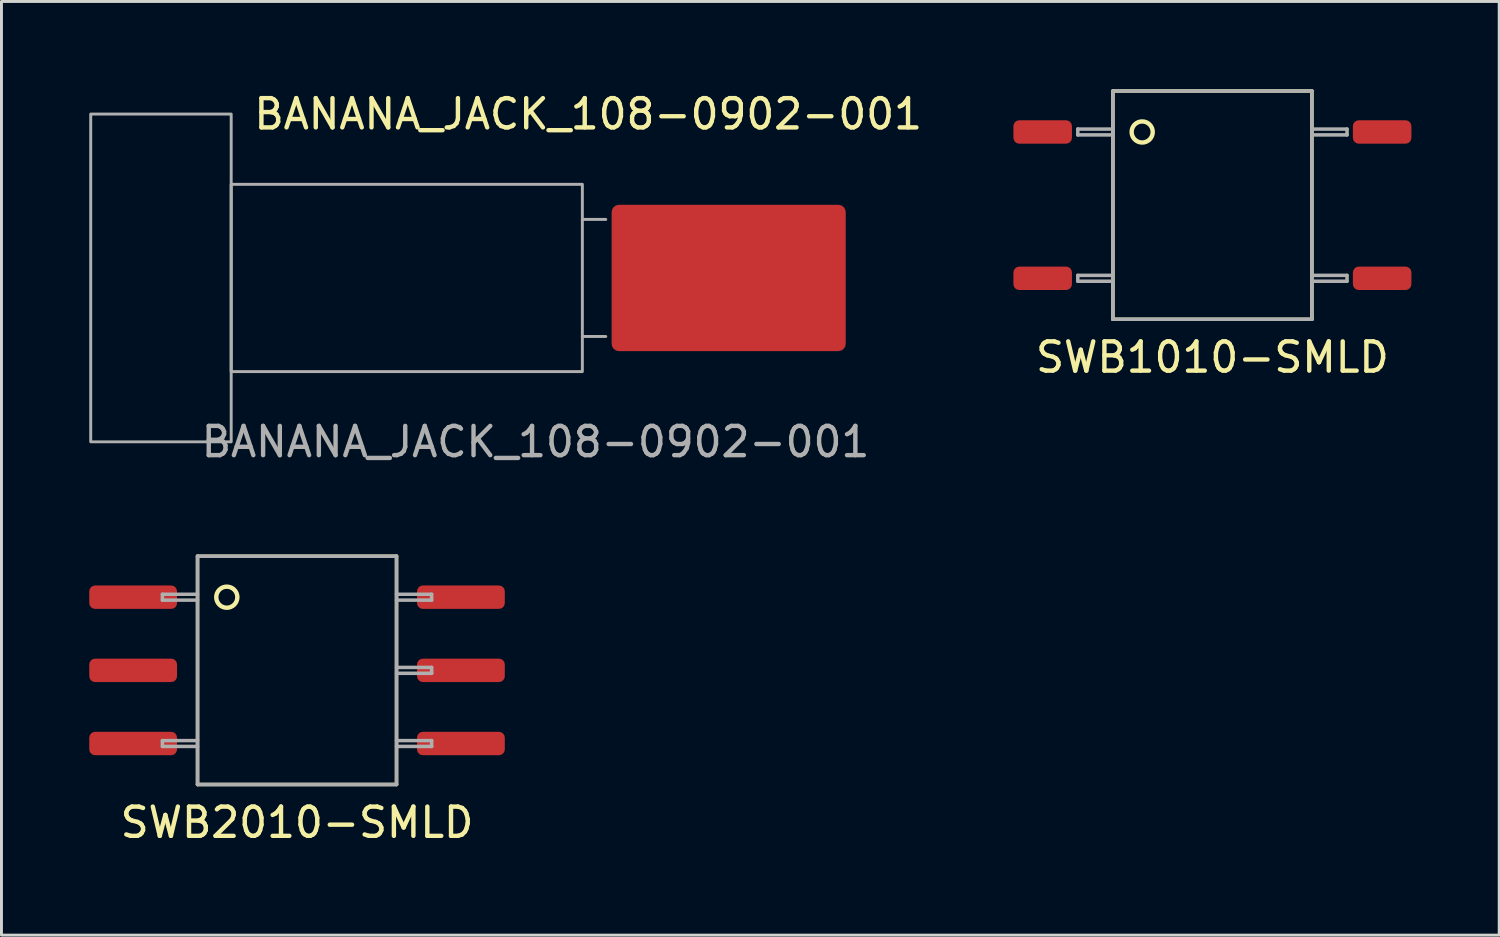
<source format=kicad_pcb>
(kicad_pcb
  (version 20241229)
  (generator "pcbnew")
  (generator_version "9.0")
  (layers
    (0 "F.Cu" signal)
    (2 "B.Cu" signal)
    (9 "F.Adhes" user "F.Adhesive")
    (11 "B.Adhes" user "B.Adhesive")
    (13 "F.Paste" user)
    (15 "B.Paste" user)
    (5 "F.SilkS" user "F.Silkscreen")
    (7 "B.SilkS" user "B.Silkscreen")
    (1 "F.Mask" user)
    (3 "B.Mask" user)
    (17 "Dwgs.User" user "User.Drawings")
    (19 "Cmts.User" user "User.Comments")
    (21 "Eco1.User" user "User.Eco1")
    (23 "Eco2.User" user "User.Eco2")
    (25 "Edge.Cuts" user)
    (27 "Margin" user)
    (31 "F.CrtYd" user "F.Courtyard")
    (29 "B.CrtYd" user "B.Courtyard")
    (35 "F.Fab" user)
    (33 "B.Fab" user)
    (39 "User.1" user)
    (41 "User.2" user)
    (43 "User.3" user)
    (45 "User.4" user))
  (footprint "BANANA_JACK_108-0902-001"
    (layer "F.Cu")
    (at 21.85 6.448)
    (property "Reference" "BANANA_JACK_108-0902-001" (at -4.8 -5.6 0) (unlocked yes) (layer "F.SilkS") (effects (font (size 1 1) (thickness 0.15))))
    (attr smd)
    (fp_line (start -5 -2) (end -4.2 -2) (stroke (width 0.1) (type default)) (layer "F.Fab"))
    (fp_line (start -5 2) (end -4.2 2) (stroke (width 0.1) (type default)) (layer "F.Fab"))
    (fp_rect (start -17 5.6) (end -21.8 -5.6) (stroke (width 0.1) (type default)) (fill no) (layer "F.Fab"))
    (fp_rect (start -5 3.2) (end -17 -3.2) (stroke (width 0.1) (type default)) (fill no) (layer "F.Fab"))
    (fp_text user "${REFERENCE}" (at -6.6 5.6 0) (unlocked yes) (layer "F.Fab") (effects (font (size 1 1) (thickness 0.15))))
    (pad "1" smd roundrect (at 0 0) (size 8 5) (layers "F.Cu" "F.Mask" "F.Paste") (roundrect_rratio 0.05)))
  (footprint "SWB1010-SMLD"
    (layer "F.Cu")
    (at 38.38 3.96)
    (property "Reference" "SWB1010-SMLD" (at 0 5.2 0) (layer "F.SilkS") (effects (font (size 1 1) (thickness 0.15))))
    (attr through_hole)
    (fp_line (start -3.4 -3.9) (end 3.4 -3.9) (stroke (width 0.12) (type solid)) (layer "F.SilkS"))
    (fp_line (start -3.4 3.9) (end -3.4 -3.9) (stroke (width 0.12) (type solid)) (layer "F.SilkS"))
    (fp_line (start 3.4 -3.9) (end 3.4 3.9) (stroke (width 0.12) (type solid)) (layer "F.SilkS"))
    (fp_line (start 3.4 3.9) (end -3.4 3.9) (stroke (width 0.12) (type solid)) (layer "F.SilkS"))
    (fp_circle (center -2.4 -2.5) (end -2.1 -2.3) (stroke (width 0.15) (type solid)) (fill no) (layer "F.SilkS"))
    (fp_line (start -4.6 -2.6) (end -4.6 -2.4) (stroke (width 0.12) (type solid)) (layer "F.Fab"))
    (fp_line (start -4.6 -2.4) (end -3.4 -2.4) (stroke (width 0.12) (type solid)) (layer "F.Fab"))
    (fp_line (start -4.6 2.4) (end -4.6 2.6) (stroke (width 0.12) (type solid)) (layer "F.Fab"))
    (fp_line (start -4.6 2.6) (end -3.4 2.6) (stroke (width 0.12) (type solid)) (layer "F.Fab"))
    (fp_line (start -3.4 -3.9) (end -3.4 3.9) (stroke (width 0.12) (type solid)) (layer "F.Fab"))
    (fp_line (start -3.4 -2.6) (end -4.6 -2.6) (stroke (width 0.12) (type solid)) (layer "F.Fab"))
    (fp_line (start -3.4 2.4) (end -4.6 2.4) (stroke (width 0.12) (type solid)) (layer "F.Fab"))
    (fp_line (start -3.4 3.9) (end 3.4 3.9) (stroke (width 0.12) (type solid)) (layer "F.Fab"))
    (fp_line (start 3.4 -3.9) (end -3.4 -3.9) (stroke (width 0.12) (type solid)) (layer "F.Fab"))
    (fp_line (start 3.4 -2.6) (end 4.6 -2.6) (stroke (width 0.12) (type solid)) (layer "F.Fab"))
    (fp_line (start 3.4 2.4) (end 4.6 2.4) (stroke (width 0.12) (type solid)) (layer "F.Fab"))
    (fp_line (start 3.4 3.9) (end 3.4 -3.9) (stroke (width 0.12) (type solid)) (layer "F.Fab"))
    (fp_line (start 4.6 -2.6) (end 4.6 -2.4) (stroke (width 0.12) (type solid)) (layer "F.Fab"))
    (fp_line (start 4.6 -2.4) (end 3.4 -2.4) (stroke (width 0.12) (type solid)) (layer "F.Fab"))
    (fp_line (start 4.6 2.4) (end 4.6 2.6) (stroke (width 0.12) (type solid)) (layer "F.Fab"))
    (fp_line (start 4.6 2.6) (end 3.4 2.6) (stroke (width 0.12) (type solid)) (layer "F.Fab"))
    (pad "1" smd roundrect (at -5.8 -2.5) (size 2 0.8) (layers "F.Cu" "F.Mask" "F.Paste") (roundrect_rratio 0.25))
    (pad "2" smd roundrect (at -5.8 2.5) (size 2 0.8) (layers "F.Cu" "F.Mask" "F.Paste") (roundrect_rratio 0.25))
    (pad "3" smd roundrect (at 5.8 2.5) (size 2 0.8) (layers "F.Cu" "F.Mask" "F.Paste") (roundrect_rratio 0.25))
    (pad "4" smd roundrect (at 5.8 -2.5) (size 2 0.8) (layers "F.Cu" "F.Mask" "F.Paste") (roundrect_rratio 0.25)))
  (footprint "SWB2010-SMLD"
    (layer "F.Cu")
    (at 7.1 19.857)
    (property "Reference" "SWB2010-SMLD" (at 0 5.2 0) (layer "F.SilkS") (effects (font (size 1 1) (thickness 0.15))))
    (attr through_hole)
    (fp_line (start -3.4 -3.9) (end 3.4 -3.9) (stroke (width 0.12) (type solid)) (layer "F.SilkS"))
    (fp_line (start -3.4 3.9) (end -3.4 -3.9) (stroke (width 0.12) (type solid)) (layer "F.SilkS"))
    (fp_line (start 3.4 -3.9) (end 3.4 3.9) (stroke (width 0.12) (type solid)) (layer "F.SilkS"))
    (fp_line (start 3.4 3.9) (end -3.4 3.9) (stroke (width 0.12) (type solid)) (layer "F.SilkS"))
    (fp_circle (center -2.4 -2.5) (end -2.1 -2.3) (stroke (width 0.15) (type solid)) (fill no) (layer "F.SilkS"))
    (fp_line (start -4.6 -2.6) (end -4.6 -2.4) (stroke (width 0.12) (type solid)) (layer "F.Fab"))
    (fp_line (start -4.6 -2.4) (end -3.4 -2.4) (stroke (width 0.12) (type solid)) (layer "F.Fab"))
    (fp_line (start -4.6 2.4) (end -4.6 2.6) (stroke (width 0.12) (type solid)) (layer "F.Fab"))
    (fp_line (start -4.6 2.6) (end -3.4 2.6) (stroke (width 0.12) (type solid)) (layer "F.Fab"))
    (fp_line (start -3.4 -3.9) (end -3.4 3.9) (stroke (width 0.12) (type solid)) (layer "F.Fab"))
    (fp_line (start -3.4 -2.6) (end -4.6 -2.6) (stroke (width 0.12) (type solid)) (layer "F.Fab"))
    (fp_line (start -3.4 2.4) (end -4.6 2.4) (stroke (width 0.12) (type solid)) (layer "F.Fab"))
    (fp_line (start -3.4 3.9) (end 3.4 3.9) (stroke (width 0.12) (type solid)) (layer "F.Fab"))
    (fp_line (start 3.4 -3.9) (end -3.4 -3.9) (stroke (width 0.12) (type solid)) (layer "F.Fab"))
    (fp_line (start 3.4 -2.6) (end 4.6 -2.6) (stroke (width 0.12) (type solid)) (layer "F.Fab"))
    (fp_line (start 3.4 -0.1) (end 4.6 -0.1) (stroke (width 0.12) (type solid)) (layer "F.Fab"))
    (fp_line (start 3.4 2.4) (end 4.6 2.4) (stroke (width 0.12) (type solid)) (layer "F.Fab"))
    (fp_line (start 3.4 3.9) (end 3.4 -3.9) (stroke (width 0.12) (type solid)) (layer "F.Fab"))
    (fp_line (start 4.6 -2.6) (end 4.6 -2.4) (stroke (width 0.12) (type solid)) (layer "F.Fab"))
    (fp_line (start 4.6 -2.4) (end 3.4 -2.4) (stroke (width 0.12) (type solid)) (layer "F.Fab"))
    (fp_line (start 4.6 -0.1) (end 4.6 0.1) (stroke (width 0.12) (type solid)) (layer "F.Fab"))
    (fp_line (start 4.6 0.1) (end 3.4 0.1) (stroke (width 0.12) (type solid)) (layer "F.Fab"))
    (fp_line (start 4.6 2.4) (end 4.6 2.6) (stroke (width 0.12) (type solid)) (layer "F.Fab"))
    (fp_line (start 4.6 2.6) (end 3.4 2.6) (stroke (width 0.12) (type solid)) (layer "F.Fab"))
    (pad "1" smd roundrect (at -5.6 -2.5) (size 3 0.8) (layers "F.Cu" "F.Mask" "F.Paste") (roundrect_rratio 0.25))
    (pad "2" smd roundrect (at -5.6 2.5) (size 3 0.8) (layers "F.Cu" "F.Mask" "F.Paste") (roundrect_rratio 0.25))
    (pad "3" smd roundrect (at 5.6 2.5) (size 3 0.8) (layers "F.Cu" "F.Mask" "F.Paste") (roundrect_rratio 0.25))
    (pad "4" smd roundrect (at 5.6 0) (size 3 0.8) (layers "F.Cu" "F.Mask" "F.Paste") (roundrect_rratio 0.25))
    (pad "5" smd roundrect (at 5.6 -2.5) (size 3 0.8) (layers "F.Cu" "F.Mask" "F.Paste") (roundrect_rratio 0.25))
    (pad "NC" smd roundrect (at -5.6 0) (size 3 0.8) (layers "F.Cu" "F.Mask" "F.Paste") (roundrect_rratio 0.25)))
  (gr_rect
    (start -3 -3)
    (end 48.18 28.905)
    (stroke (width 0.1) (type default))
    (fill no)
    (layer "Edge.Cuts")))
</source>
